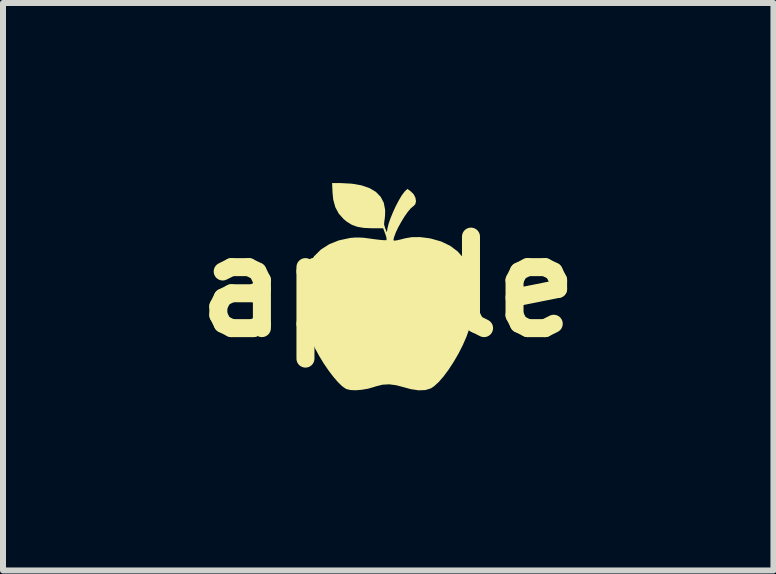
<source format=kicad_pcb>
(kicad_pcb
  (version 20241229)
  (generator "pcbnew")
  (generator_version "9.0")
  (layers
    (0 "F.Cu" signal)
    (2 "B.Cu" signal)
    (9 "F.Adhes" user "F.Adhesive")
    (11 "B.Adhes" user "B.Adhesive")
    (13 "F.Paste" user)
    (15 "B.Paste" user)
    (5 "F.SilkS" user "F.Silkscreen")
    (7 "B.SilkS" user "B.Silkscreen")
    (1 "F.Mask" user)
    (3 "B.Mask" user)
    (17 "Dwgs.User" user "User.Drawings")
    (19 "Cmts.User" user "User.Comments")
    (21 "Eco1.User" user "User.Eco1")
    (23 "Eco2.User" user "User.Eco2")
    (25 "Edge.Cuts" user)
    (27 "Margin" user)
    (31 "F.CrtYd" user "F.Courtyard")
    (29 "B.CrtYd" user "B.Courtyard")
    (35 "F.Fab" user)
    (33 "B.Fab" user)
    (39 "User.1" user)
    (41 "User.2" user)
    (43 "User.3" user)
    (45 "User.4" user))
  (footprint "apple"
    (layer "F.Cu")
    (at 3.418 1.727)
    (property "Reference" "apple" (at 0 0 0) (layer "F.SilkS") (effects (font (size 1.524 1.524) (thickness 0.3))))
    (attr board_only exclude_from_pos_files exclude_from_bom)
    (fp_poly (pts (xy -0.794 -1.727) (xy -0.607 -1.717) (xy -0.446 -1.689) (xy -0.312 -1.643) (xy -0.204 -1.579) (xy -0.125 -1.497) (xy -0.074 -1.398) (xy -0.052 -1.283) (xy -0.051 -1.252) (xy -0.053 -1.185) (xy -0.059 -1.125) (xy -0.065 -1.092) (xy -0.069 -1.037) (xy -0.051 -0.974) (xy -0.023 -0.906) (xy -0.012 -0.974) (xy 0.006 -1.049) (xy 0.038 -1.141) (xy 0.079 -1.241) (xy 0.126 -1.343) (xy 0.176 -1.438) (xy 0.224 -1.52) (xy 0.268 -1.579) (xy 0.282 -1.595) (xy 0.32 -1.629) (xy 0.373 -1.591) (xy 0.423 -1.542) (xy 0.453 -1.484) (xy 0.463 -1.426) (xy 0.451 -1.374) (xy 0.415 -1.338) (xy 0.414 -1.338) (xy 0.375 -1.305) (xy 0.326 -1.247) (xy 0.273 -1.172) (xy 0.22 -1.086) (xy 0.17 -0.996) (xy 0.128 -0.908) (xy 0.099 -0.83) (xy 0.092 -0.805) (xy 0.087 -0.777) (xy 0.099 -0.767) (xy 0.134 -0.772) (xy 0.138 -0.772) (xy 0.189 -0.783) (xy 0.253 -0.799) (xy 0.278 -0.806) (xy 0.393 -0.826) (xy 0.529 -0.827) (xy 0.675 -0.809) (xy 0.708 -0.803) (xy 0.882 -0.754) (xy 1.032 -0.682) (xy 1.158 -0.587) (xy 1.246 -0.487) (xy 1.331 -0.354) (xy 1.391 -0.217) (xy 1.427 -0.07) (xy 1.442 0.097) (xy 1.443 0.154) (xy 1.441 0.267) (xy 1.432 0.368) (xy 1.415 0.466) (xy 1.389 0.574) (xy 1.351 0.701) (xy 1.302 0.837) (xy 1.24 0.978) (xy 1.168 1.119) (xy 1.088 1.256) (xy 1.005 1.383) (xy 0.921 1.496) (xy 0.839 1.59) (xy 0.762 1.66) (xy 0.709 1.694) (xy 0.619 1.722) (xy 0.506 1.726) (xy 0.374 1.706) (xy 0.265 1.676) (xy 0.132 1.641) (xy 0.016 1.626) (xy -0.094 1.632) (xy -0.206 1.66) (xy -0.238 1.671) (xy -0.337 1.699) (xy -0.442 1.717) (xy -0.542 1.725) (xy -0.63 1.721) (xy -0.697 1.705) (xy -0.707 1.7) (xy -0.767 1.658) (xy -0.837 1.59) (xy -0.914 1.501) (xy -0.994 1.396) (xy -1.074 1.279) (xy -1.149 1.156) (xy -1.217 1.031) (xy -1.228 1.008) (xy -1.324 0.785) (xy -1.391 0.571) (xy -1.43 0.361) (xy -1.443 0.161) (xy -1.43 -0.037) (xy -1.391 -0.215) (xy -1.325 -0.372) (xy -1.235 -0.507) (xy -1.121 -0.62) (xy -0.983 -0.708) (xy -0.823 -0.772) (xy -0.642 -0.811) (xy -0.62 -0.814) (xy -0.548 -0.82) (xy -0.479 -0.82) (xy -0.401 -0.815) (xy -0.303 -0.802) (xy -0.262 -0.796) (xy -0.179 -0.785) (xy -0.109 -0.778) (xy -0.057 -0.775) (xy -0.03 -0.776) (xy -0.029 -0.777) (xy -0.027 -0.799) (xy -0.036 -0.842) (xy -0.05 -0.882) (xy -0.084 -0.974) (xy -0.275 -0.974) (xy -0.406 -0.98) (xy -0.513 -0.998) (xy -0.603 -1.03) (xy -0.684 -1.079) (xy -0.742 -1.126) (xy -0.824 -1.218) (xy -0.881 -1.324) (xy -0.916 -1.45) (xy -0.928 -1.571) (xy -0.935 -1.727)) (stroke (width 0) (type solid)) (fill yes) (layer "F.SilkS")))
  (gr_rect
    (start -3 -3)
    (end 9.836 6.454)
    (stroke (width 0.1) (type default))
    (fill no)
    (layer "Edge.Cuts")))
</source>
